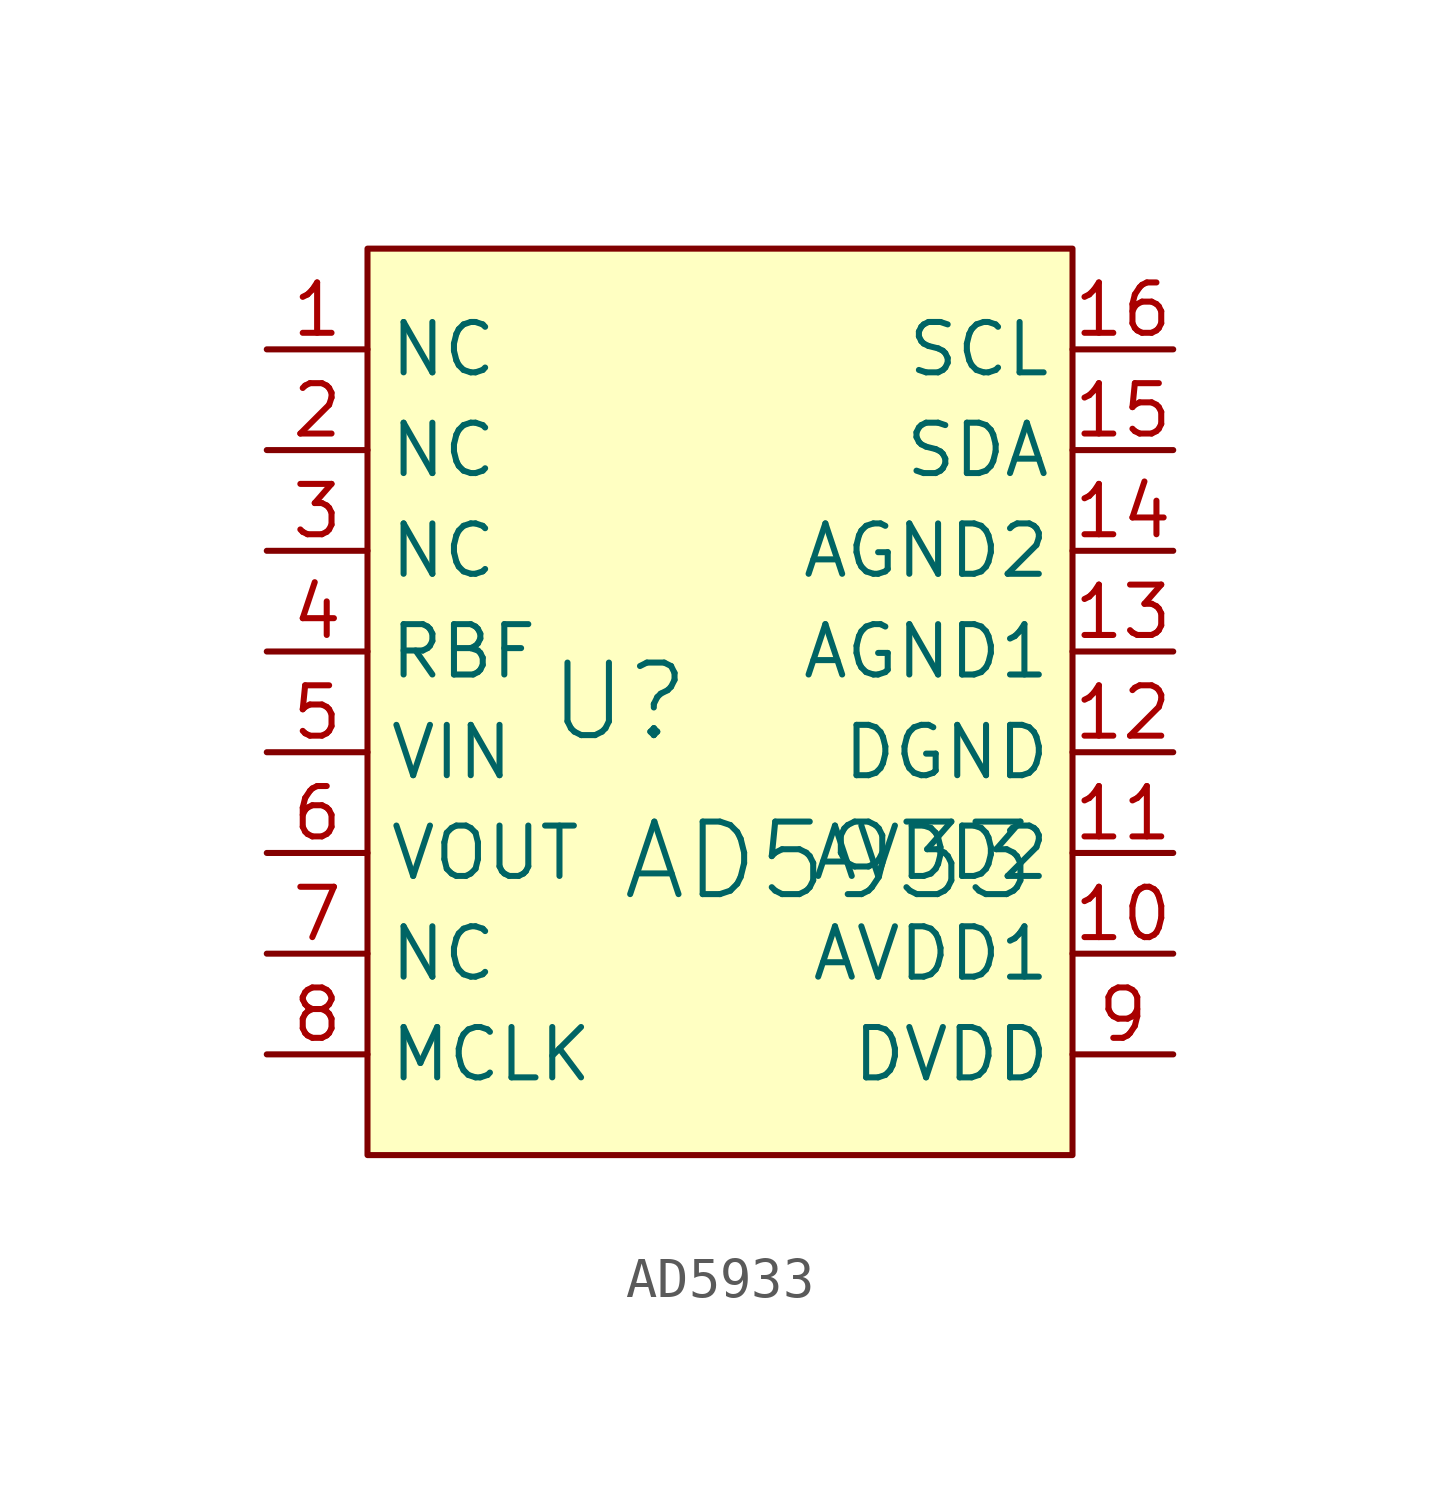
<source format=kicad_sym>
(kicad_symbol_lib
  (version 20241209)
  (generator "kicad_symbol_editor")
  (generator_version "9.0")
  (symbol "AD5933"
    (property "Reference" "U"
      (at -1.27 1.27 0)
      (effects (font (size 1.829 1.829))))
    (property "Value" "AD5933"
      (at -1.27 -3.81 0)
      (effects (font (size 1.829 1.829)) (justify left bottom)))
    (symbol "AD5933_1_0"
      (rectangle (start 10.16 12.7) (end -7.62 -10.16) (stroke (width 0) (type solid) (color 128 0 0 1)) (fill (type background)))
      (pin passive line (at -10.16 10.16 0) (length 2.54) (name "NC" (effects (font (size 1.27 1.27)))) (number "1" (effects (font (size 1.27 1.27)))))
      (pin passive line (at -10.16 7.62 0) (length 2.54) (name "NC" (effects (font (size 1.27 1.27)))) (number "2" (effects (font (size 1.27 1.27)))))
      (pin passive line (at -10.16 5.08 0) (length 2.54) (name "NC" (effects (font (size 1.27 1.27)))) (number "3" (effects (font (size 1.27 1.27)))))
      (pin passive line (at -10.16 2.54 0) (length 2.54) (name "RBF" (effects (font (size 1.27 1.27)))) (number "4" (effects (font (size 1.27 1.27)))))
      (pin passive line (at -10.16 0 0) (length 2.54) (name "VIN" (effects (font (size 1.27 1.27)))) (number "5" (effects (font (size 1.27 1.27)))))
      (pin passive line (at -10.16 -2.54 0) (length 2.54) (name "VOUT" (effects (font (size 1.27 1.27)))) (number "6" (effects (font (size 1.27 1.27)))))
      (pin passive line (at -10.16 -5.08 0) (length 2.54) (name "NC" (effects (font (size 1.27 1.27)))) (number "7" (effects (font (size 1.27 1.27)))))
      (pin passive line (at -10.16 -7.62 0) (length 2.54) (name "MCLK" (effects (font (size 1.27 1.27)))) (number "8" (effects (font (size 1.27 1.27)))))
      (pin passive line (at 12.7 10.16 180) (length 2.54) (name "SCL" (effects (font (size 1.27 1.27)))) (number "16" (effects (font (size 1.27 1.27)))))
      (pin passive line (at 12.7 7.62 180) (length 2.54) (name "SDA" (effects (font (size 1.27 1.27)))) (number "15" (effects (font (size 1.27 1.27)))))
      (pin passive line (at 12.7 5.08 180) (length 2.54) (name "AGND2" (effects (font (size 1.27 1.27)))) (number "14" (effects (font (size 1.27 1.27)))))
      (pin passive line (at 12.7 2.54 180) (length 2.54) (name "AGND1" (effects (font (size 1.27 1.27)))) (number "13" (effects (font (size 1.27 1.27)))))
      (pin passive line (at 12.7 0 180) (length 2.54) (name "DGND" (effects (font (size 1.27 1.27)))) (number "12" (effects (font (size 1.27 1.27)))))
      (pin passive line (at 12.7 -2.54 180) (length 2.54) (name "AVDD2" (effects (font (size 1.27 1.27)))) (number "11" (effects (font (size 1.27 1.27)))))
      (pin passive line (at 12.7 -5.08 180) (length 2.54) (name "AVDD1" (effects (font (size 1.27 1.27)))) (number "10" (effects (font (size 1.27 1.27)))))
      (pin passive line (at 12.7 -7.62 180) (length 2.54) (name "DVDD" (effects (font (size 1.27 1.27)))) (number "9" (effects (font (size 1.27 1.27))))))))
</source>
